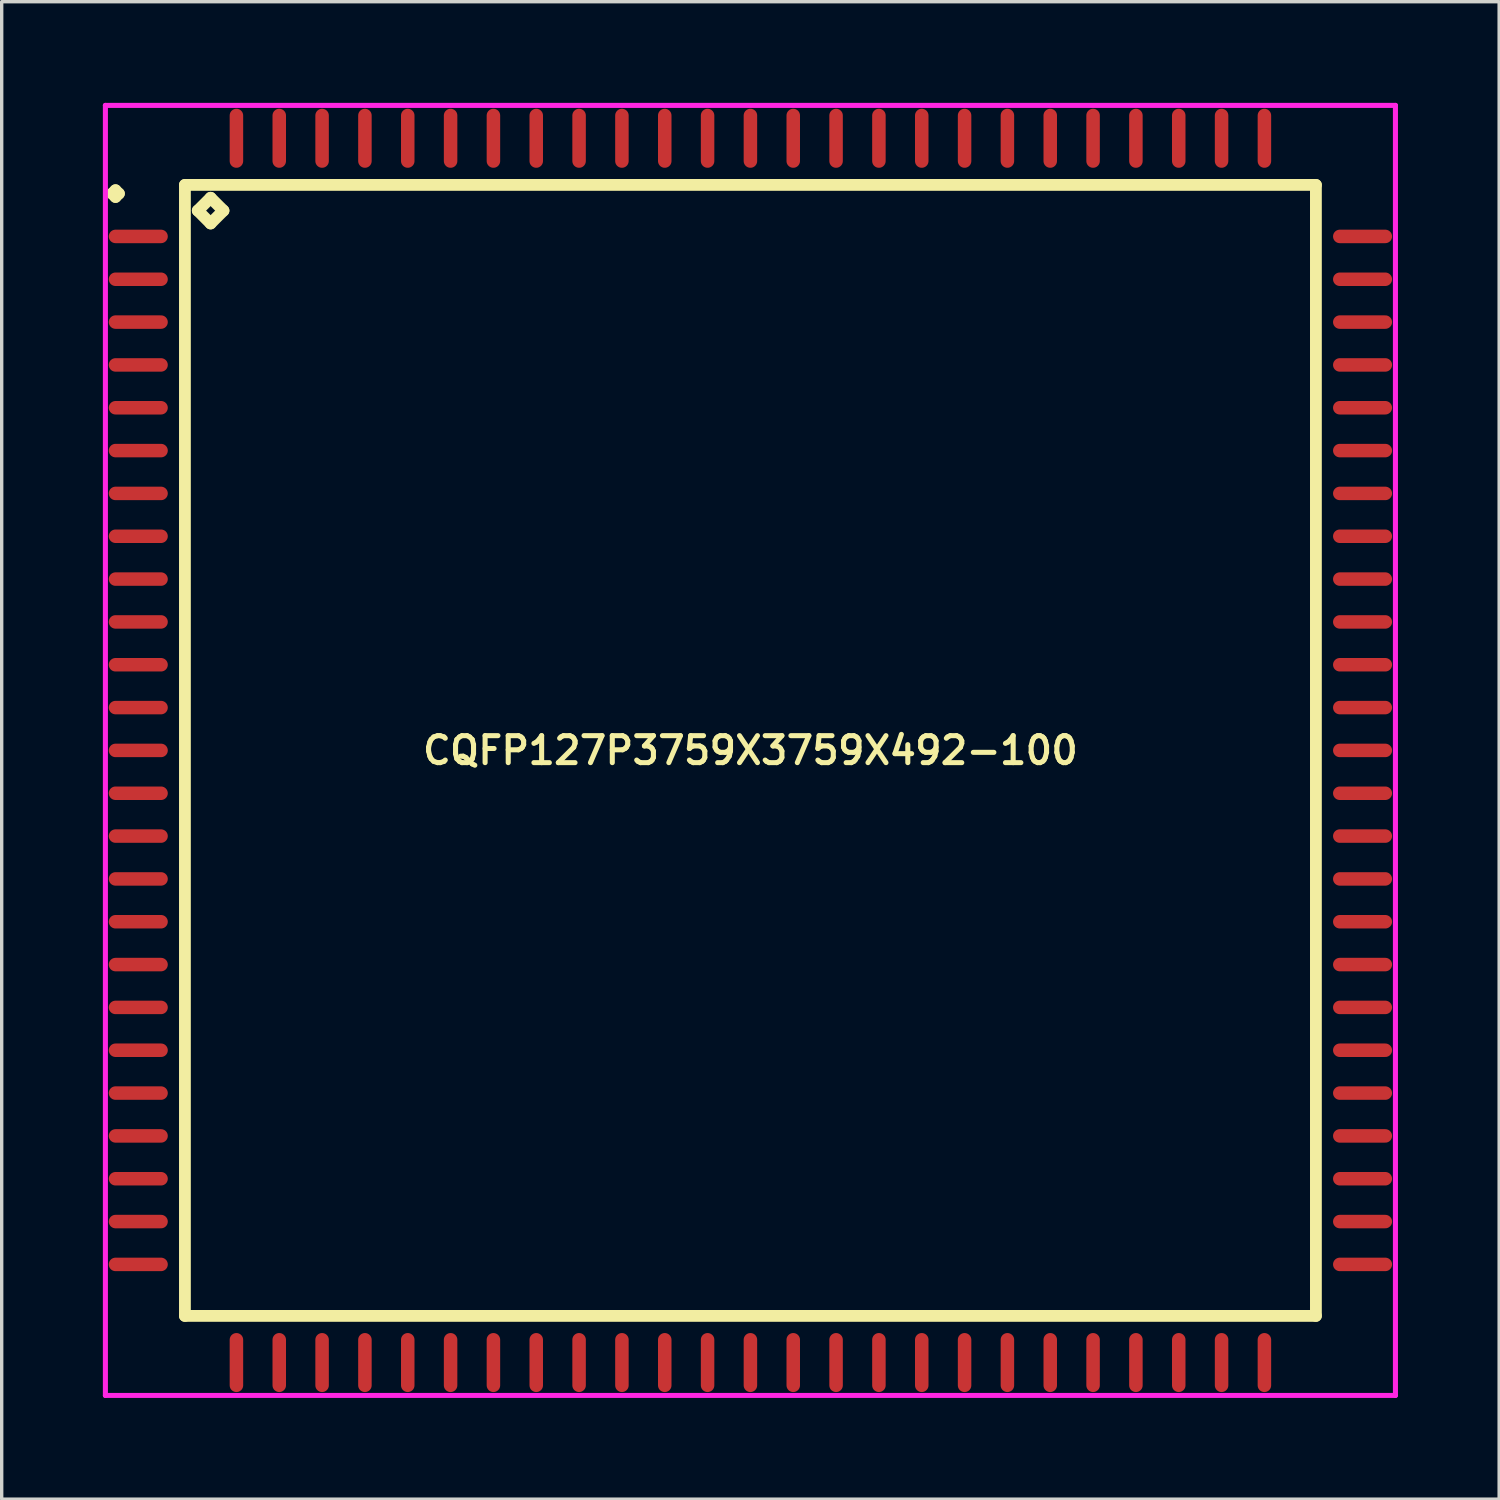
<source format=kicad_pcb>
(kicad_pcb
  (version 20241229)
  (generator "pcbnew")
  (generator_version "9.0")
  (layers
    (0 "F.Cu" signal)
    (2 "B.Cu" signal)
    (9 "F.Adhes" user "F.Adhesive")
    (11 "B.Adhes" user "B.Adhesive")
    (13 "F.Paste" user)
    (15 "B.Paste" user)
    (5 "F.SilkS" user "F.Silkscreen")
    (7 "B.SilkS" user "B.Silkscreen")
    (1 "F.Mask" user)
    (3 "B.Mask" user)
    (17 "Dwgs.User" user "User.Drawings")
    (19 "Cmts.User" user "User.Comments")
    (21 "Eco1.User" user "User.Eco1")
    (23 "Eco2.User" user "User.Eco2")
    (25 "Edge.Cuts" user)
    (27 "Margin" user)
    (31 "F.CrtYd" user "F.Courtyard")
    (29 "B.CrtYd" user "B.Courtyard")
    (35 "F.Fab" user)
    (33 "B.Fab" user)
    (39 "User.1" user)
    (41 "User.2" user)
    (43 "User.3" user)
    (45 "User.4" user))
  (footprint "CQFP127P3759X3759X492-100"
    (layer "F.Cu")
    (at 19.2 19.2)
    (property "Reference" "CQFP127P3759X3759X492-100" (at 0 0 0) (layer "F.SilkS") (effects (font (size 0.8 0.8) (thickness 0.15))))
    (attr smd)
    (fp_line (start -18.925 -16.51) (end -18.825 -16.61) (stroke (width 0.35) (type solid)) (layer "F.SilkS"))
    (fp_line (start -18.825 -16.61) (end -18.725 -16.51) (stroke (width 0.35) (type solid)) (layer "F.SilkS"))
    (fp_line (start -18.825 -16.41) (end -18.925 -16.51) (stroke (width 0.35) (type solid)) (layer "F.SilkS"))
    (fp_line (start -18.725 -16.51) (end -18.825 -16.41) (stroke (width 0.35) (type solid)) (layer "F.SilkS"))
    (fp_line (start -16.767 -16.767) (end -16.767 16.767) (stroke (width 0.35) (type solid)) (layer "F.SilkS"))
    (fp_line (start -16.767 16.767) (end 16.767 16.767) (stroke (width 0.35) (type solid)) (layer "F.SilkS"))
    (fp_line (start -16.386 -16.005) (end -16.005 -16.386) (stroke (width 0.35) (type solid)) (layer "F.SilkS"))
    (fp_line (start -16.005 -16.386) (end -15.624 -16.005) (stroke (width 0.35) (type solid)) (layer "F.SilkS"))
    (fp_line (start -16.005 -15.624) (end -16.386 -16.005) (stroke (width 0.35) (type solid)) (layer "F.SilkS"))
    (fp_line (start -15.624 -16.005) (end -16.005 -15.624) (stroke (width 0.35) (type solid)) (layer "F.SilkS"))
    (fp_line (start 16.767 -16.767) (end -16.767 -16.767) (stroke (width 0.35) (type solid)) (layer "F.SilkS"))
    (fp_line (start 16.767 16.767) (end 16.767 -16.767) (stroke (width 0.35) (type solid)) (layer "F.SilkS"))
    (fp_line (start -19.125 -19.125) (end 19.125 -19.125) (stroke (width 0.15) (type solid)) (layer "F.CrtYd"))
    (fp_line (start -19.125 19.125) (end -19.125 -19.125) (stroke (width 0.15) (type solid)) (layer "F.CrtYd"))
    (fp_line (start 19.125 -19.125) (end 19.125 19.125) (stroke (width 0.15) (type solid)) (layer "F.CrtYd"))
    (fp_line (start 19.125 19.125) (end -19.125 19.125) (stroke (width 0.15) (type solid)) (layer "F.CrtYd"))
    (pad "1" smd oval (at -18.15 -15.24) (size 1.75 0.4) (layers "F.Cu" "F.Mask" "F.Paste"))
    (pad "2" smd oval (at -18.15 -13.97) (size 1.75 0.4) (layers "F.Cu" "F.Mask" "F.Paste"))
    (pad "3" smd oval (at -18.15 -12.7) (size 1.75 0.4) (layers "F.Cu" "F.Mask" "F.Paste"))
    (pad "4" smd oval (at -18.15 -11.43) (size 1.75 0.4) (layers "F.Cu" "F.Mask" "F.Paste"))
    (pad "5" smd oval (at -18.15 -10.16) (size 1.75 0.4) (layers "F.Cu" "F.Mask" "F.Paste"))
    (pad "6" smd oval (at -18.15 -8.89) (size 1.75 0.4) (layers "F.Cu" "F.Mask" "F.Paste"))
    (pad "7" smd oval (at -18.15 -7.62) (size 1.75 0.4) (layers "F.Cu" "F.Mask" "F.Paste"))
    (pad "8" smd oval (at -18.15 -6.35) (size 1.75 0.4) (layers "F.Cu" "F.Mask" "F.Paste"))
    (pad "9" smd oval (at -18.15 -5.08) (size 1.75 0.4) (layers "F.Cu" "F.Mask" "F.Paste"))
    (pad "10" smd oval (at -18.15 -3.81) (size 1.75 0.4) (layers "F.Cu" "F.Mask" "F.Paste"))
    (pad "11" smd oval (at -18.15 -2.54) (size 1.75 0.4) (layers "F.Cu" "F.Mask" "F.Paste"))
    (pad "12" smd oval (at -18.15 -1.27) (size 1.75 0.4) (layers "F.Cu" "F.Mask" "F.Paste"))
    (pad "13" smd oval (at -18.15 0) (size 1.75 0.4) (layers "F.Cu" "F.Mask" "F.Paste"))
    (pad "14" smd oval (at -18.15 1.27) (size 1.75 0.4) (layers "F.Cu" "F.Mask" "F.Paste"))
    (pad "15" smd oval (at -18.15 2.54) (size 1.75 0.4) (layers "F.Cu" "F.Mask" "F.Paste"))
    (pad "16" smd oval (at -18.15 3.81) (size 1.75 0.4) (layers "F.Cu" "F.Mask" "F.Paste"))
    (pad "17" smd oval (at -18.15 5.08) (size 1.75 0.4) (layers "F.Cu" "F.Mask" "F.Paste"))
    (pad "18" smd oval (at -18.15 6.35) (size 1.75 0.4) (layers "F.Cu" "F.Mask" "F.Paste"))
    (pad "19" smd oval (at -18.15 7.62) (size 1.75 0.4) (layers "F.Cu" "F.Mask" "F.Paste"))
    (pad "20" smd oval (at -18.15 8.89) (size 1.75 0.4) (layers "F.Cu" "F.Mask" "F.Paste"))
    (pad "21" smd oval (at -18.15 10.16) (size 1.75 0.4) (layers "F.Cu" "F.Mask" "F.Paste"))
    (pad "22" smd oval (at -18.15 11.43) (size 1.75 0.4) (layers "F.Cu" "F.Mask" "F.Paste"))
    (pad "23" smd oval (at -18.15 12.7) (size 1.75 0.4) (layers "F.Cu" "F.Mask" "F.Paste"))
    (pad "24" smd oval (at -18.15 13.97) (size 1.75 0.4) (layers "F.Cu" "F.Mask" "F.Paste"))
    (pad "25" smd oval (at -18.15 15.24) (size 1.75 0.4) (layers "F.Cu" "F.Mask" "F.Paste"))
    (pad "26" smd oval (at -15.24 18.15) (size 0.4 1.75) (layers "F.Cu" "F.Mask" "F.Paste"))
    (pad "27" smd oval (at -13.97 18.15) (size 0.4 1.75) (layers "F.Cu" "F.Mask" "F.Paste"))
    (pad "28" smd oval (at -12.7 18.15) (size 0.4 1.75) (layers "F.Cu" "F.Mask" "F.Paste"))
    (pad "29" smd oval (at -11.43 18.15) (size 0.4 1.75) (layers "F.Cu" "F.Mask" "F.Paste"))
    (pad "30" smd oval (at -10.16 18.15) (size 0.4 1.75) (layers "F.Cu" "F.Mask" "F.Paste"))
    (pad "31" smd oval (at -8.89 18.15) (size 0.4 1.75) (layers "F.Cu" "F.Mask" "F.Paste"))
    (pad "32" smd oval (at -7.62 18.15) (size 0.4 1.75) (layers "F.Cu" "F.Mask" "F.Paste"))
    (pad "33" smd oval (at -6.35 18.15) (size 0.4 1.75) (layers "F.Cu" "F.Mask" "F.Paste"))
    (pad "34" smd oval (at -5.08 18.15) (size 0.4 1.75) (layers "F.Cu" "F.Mask" "F.Paste"))
    (pad "35" smd oval (at -3.81 18.15) (size 0.4 1.75) (layers "F.Cu" "F.Mask" "F.Paste"))
    (pad "36" smd oval (at -2.54 18.15) (size 0.4 1.75) (layers "F.Cu" "F.Mask" "F.Paste"))
    (pad "37" smd oval (at -1.27 18.15) (size 0.4 1.75) (layers "F.Cu" "F.Mask" "F.Paste"))
    (pad "38" smd oval (at 0 18.15) (size 0.4 1.75) (layers "F.Cu" "F.Mask" "F.Paste"))
    (pad "39" smd oval (at 1.27 18.15) (size 0.4 1.75) (layers "F.Cu" "F.Mask" "F.Paste"))
    (pad "40" smd oval (at 2.54 18.15) (size 0.4 1.75) (layers "F.Cu" "F.Mask" "F.Paste"))
    (pad "41" smd oval (at 3.81 18.15) (size 0.4 1.75) (layers "F.Cu" "F.Mask" "F.Paste"))
    (pad "42" smd oval (at 5.08 18.15) (size 0.4 1.75) (layers "F.Cu" "F.Mask" "F.Paste"))
    (pad "43" smd oval (at 6.35 18.15) (size 0.4 1.75) (layers "F.Cu" "F.Mask" "F.Paste"))
    (pad "44" smd oval (at 7.62 18.15) (size 0.4 1.75) (layers "F.Cu" "F.Mask" "F.Paste"))
    (pad "45" smd oval (at 8.89 18.15) (size 0.4 1.75) (layers "F.Cu" "F.Mask" "F.Paste"))
    (pad "46" smd oval (at 10.16 18.15) (size 0.4 1.75) (layers "F.Cu" "F.Mask" "F.Paste"))
    (pad "47" smd oval (at 11.43 18.15) (size 0.4 1.75) (layers "F.Cu" "F.Mask" "F.Paste"))
    (pad "48" smd oval (at 12.7 18.15) (size 0.4 1.75) (layers "F.Cu" "F.Mask" "F.Paste"))
    (pad "49" smd oval (at 13.97 18.15) (size 0.4 1.75) (layers "F.Cu" "F.Mask" "F.Paste"))
    (pad "50" smd oval (at 15.24 18.15) (size 0.4 1.75) (layers "F.Cu" "F.Mask" "F.Paste"))
    (pad "51" smd oval (at 18.15 15.24) (size 1.75 0.4) (layers "F.Cu" "F.Mask" "F.Paste"))
    (pad "52" smd oval (at 18.15 13.97) (size 1.75 0.4) (layers "F.Cu" "F.Mask" "F.Paste"))
    (pad "53" smd oval (at 18.15 12.7) (size 1.75 0.4) (layers "F.Cu" "F.Mask" "F.Paste"))
    (pad "54" smd oval (at 18.15 11.43) (size 1.75 0.4) (layers "F.Cu" "F.Mask" "F.Paste"))
    (pad "55" smd oval (at 18.15 10.16) (size 1.75 0.4) (layers "F.Cu" "F.Mask" "F.Paste"))
    (pad "56" smd oval (at 18.15 8.89) (size 1.75 0.4) (layers "F.Cu" "F.Mask" "F.Paste"))
    (pad "57" smd oval (at 18.15 7.62) (size 1.75 0.4) (layers "F.Cu" "F.Mask" "F.Paste"))
    (pad "58" smd oval (at 18.15 6.35) (size 1.75 0.4) (layers "F.Cu" "F.Mask" "F.Paste"))
    (pad "59" smd oval (at 18.15 5.08) (size 1.75 0.4) (layers "F.Cu" "F.Mask" "F.Paste"))
    (pad "60" smd oval (at 18.15 3.81) (size 1.75 0.4) (layers "F.Cu" "F.Mask" "F.Paste"))
    (pad "61" smd oval (at 18.15 2.54) (size 1.75 0.4) (layers "F.Cu" "F.Mask" "F.Paste"))
    (pad "62" smd oval (at 18.15 1.27) (size 1.75 0.4) (layers "F.Cu" "F.Mask" "F.Paste"))
    (pad "63" smd oval (at 18.15 0) (size 1.75 0.4) (layers "F.Cu" "F.Mask" "F.Paste"))
    (pad "64" smd oval (at 18.15 -1.27) (size 1.75 0.4) (layers "F.Cu" "F.Mask" "F.Paste"))
    (pad "65" smd oval (at 18.15 -2.54) (size 1.75 0.4) (layers "F.Cu" "F.Mask" "F.Paste"))
    (pad "66" smd oval (at 18.15 -3.81) (size 1.75 0.4) (layers "F.Cu" "F.Mask" "F.Paste"))
    (pad "67" smd oval (at 18.15 -5.08) (size 1.75 0.4) (layers "F.Cu" "F.Mask" "F.Paste"))
    (pad "68" smd oval (at 18.15 -6.35) (size 1.75 0.4) (layers "F.Cu" "F.Mask" "F.Paste"))
    (pad "69" smd oval (at 18.15 -7.62) (size 1.75 0.4) (layers "F.Cu" "F.Mask" "F.Paste"))
    (pad "70" smd oval (at 18.15 -8.89) (size 1.75 0.4) (layers "F.Cu" "F.Mask" "F.Paste"))
    (pad "71" smd oval (at 18.15 -10.16) (size 1.75 0.4) (layers "F.Cu" "F.Mask" "F.Paste"))
    (pad "72" smd oval (at 18.15 -11.43) (size 1.75 0.4) (layers "F.Cu" "F.Mask" "F.Paste"))
    (pad "73" smd oval (at 18.15 -12.7) (size 1.75 0.4) (layers "F.Cu" "F.Mask" "F.Paste"))
    (pad "74" smd oval (at 18.15 -13.97) (size 1.75 0.4) (layers "F.Cu" "F.Mask" "F.Paste"))
    (pad "75" smd oval (at 18.15 -15.24) (size 1.75 0.4) (layers "F.Cu" "F.Mask" "F.Paste"))
    (pad "76" smd oval (at 15.24 -18.15) (size 0.4 1.75) (layers "F.Cu" "F.Mask" "F.Paste"))
    (pad "77" smd oval (at 13.97 -18.15) (size 0.4 1.75) (layers "F.Cu" "F.Mask" "F.Paste"))
    (pad "78" smd oval (at 12.7 -18.15) (size 0.4 1.75) (layers "F.Cu" "F.Mask" "F.Paste"))
    (pad "79" smd oval (at 11.43 -18.15) (size 0.4 1.75) (layers "F.Cu" "F.Mask" "F.Paste"))
    (pad "80" smd oval (at 10.16 -18.15) (size 0.4 1.75) (layers "F.Cu" "F.Mask" "F.Paste"))
    (pad "81" smd oval (at 8.89 -18.15) (size 0.4 1.75) (layers "F.Cu" "F.Mask" "F.Paste"))
    (pad "82" smd oval (at 7.62 -18.15) (size 0.4 1.75) (layers "F.Cu" "F.Mask" "F.Paste"))
    (pad "83" smd oval (at 6.35 -18.15) (size 0.4 1.75) (layers "F.Cu" "F.Mask" "F.Paste"))
    (pad "84" smd oval (at 5.08 -18.15) (size 0.4 1.75) (layers "F.Cu" "F.Mask" "F.Paste"))
    (pad "85" smd oval (at 3.81 -18.15) (size 0.4 1.75) (layers "F.Cu" "F.Mask" "F.Paste"))
    (pad "86" smd oval (at 2.54 -18.15) (size 0.4 1.75) (layers "F.Cu" "F.Mask" "F.Paste"))
    (pad "87" smd oval (at 1.27 -18.15) (size 0.4 1.75) (layers "F.Cu" "F.Mask" "F.Paste"))
    (pad "88" smd oval (at 0 -18.15) (size 0.4 1.75) (layers "F.Cu" "F.Mask" "F.Paste"))
    (pad "89" smd oval (at -1.27 -18.15) (size 0.4 1.75) (layers "F.Cu" "F.Mask" "F.Paste"))
    (pad "90" smd oval (at -2.54 -18.15) (size 0.4 1.75) (layers "F.Cu" "F.Mask" "F.Paste"))
    (pad "91" smd oval (at -3.81 -18.15) (size 0.4 1.75) (layers "F.Cu" "F.Mask" "F.Paste"))
    (pad "92" smd oval (at -5.08 -18.15) (size 0.4 1.75) (layers "F.Cu" "F.Mask" "F.Paste"))
    (pad "93" smd oval (at -6.35 -18.15) (size 0.4 1.75) (layers "F.Cu" "F.Mask" "F.Paste"))
    (pad "94" smd oval (at -7.62 -18.15) (size 0.4 1.75) (layers "F.Cu" "F.Mask" "F.Paste"))
    (pad "95" smd oval (at -8.89 -18.15) (size 0.4 1.75) (layers "F.Cu" "F.Mask" "F.Paste"))
    (pad "96" smd oval (at -10.16 -18.15) (size 0.4 1.75) (layers "F.Cu" "F.Mask" "F.Paste"))
    (pad "97" smd oval (at -11.43 -18.15) (size 0.4 1.75) (layers "F.Cu" "F.Mask" "F.Paste"))
    (pad "98" smd oval (at -12.7 -18.15) (size 0.4 1.75) (layers "F.Cu" "F.Mask" "F.Paste"))
    (pad "99" smd oval (at -13.97 -18.15) (size 0.4 1.75) (layers "F.Cu" "F.Mask" "F.Paste"))
    (pad "100" smd oval (at -15.24 -18.15) (size 0.4 1.75) (layers "F.Cu" "F.Mask" "F.Paste")))
  (gr_rect
    (start -3 -3)
    (end 41.4 41.4)
    (stroke (width 0.1) (type default))
    (fill no)
    (layer "Edge.Cuts")))
</source>
